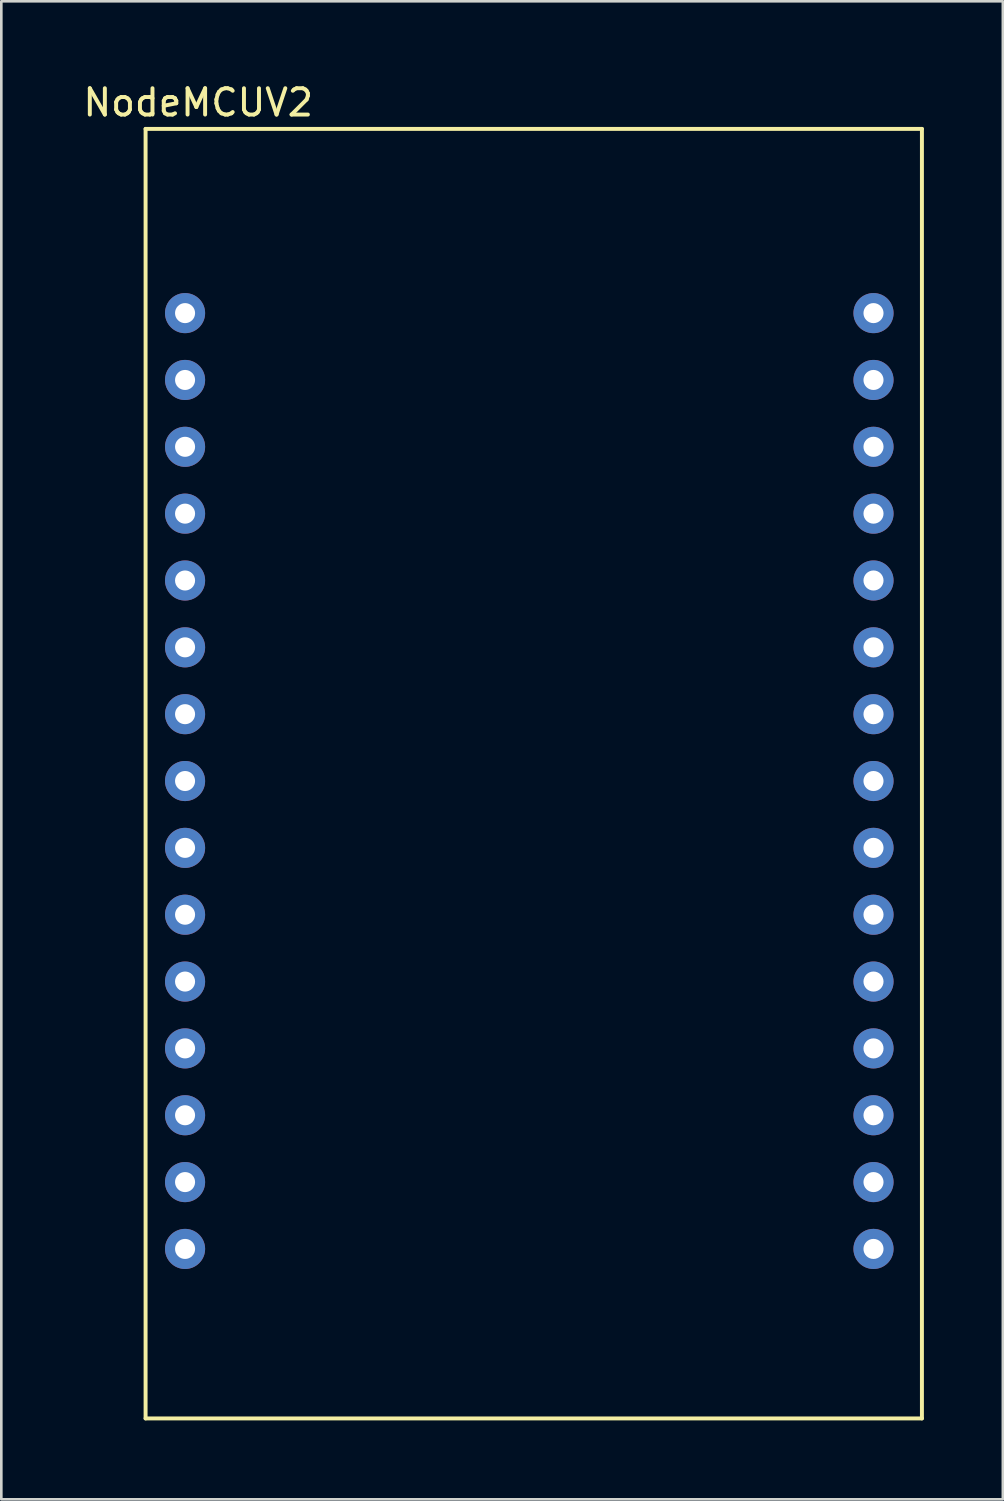
<source format=kicad_pcb>
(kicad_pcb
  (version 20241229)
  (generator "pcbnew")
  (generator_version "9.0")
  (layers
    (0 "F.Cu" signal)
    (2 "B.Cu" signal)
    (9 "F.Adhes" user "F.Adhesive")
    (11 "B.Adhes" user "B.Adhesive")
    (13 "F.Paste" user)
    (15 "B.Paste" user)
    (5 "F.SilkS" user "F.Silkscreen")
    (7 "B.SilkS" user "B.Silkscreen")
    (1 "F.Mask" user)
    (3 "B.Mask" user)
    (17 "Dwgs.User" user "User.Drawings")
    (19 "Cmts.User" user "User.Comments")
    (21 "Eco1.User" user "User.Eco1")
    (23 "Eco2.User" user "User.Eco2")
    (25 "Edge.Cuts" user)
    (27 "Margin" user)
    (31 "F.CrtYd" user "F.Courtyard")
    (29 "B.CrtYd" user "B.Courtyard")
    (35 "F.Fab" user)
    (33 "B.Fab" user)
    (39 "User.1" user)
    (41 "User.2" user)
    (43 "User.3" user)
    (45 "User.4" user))
  (footprint "NodeMCUV2"
    (layer "F.Cu")
    (at 3.982 8.848)
    (property "Reference" "NodeMCUV2" (at 0.5 -8 0) (layer "F.SilkS") (effects (font (size 1 1) (thickness 0.15))))
    (attr through_hole)
    (fp_line (start -1.5 -7) (end -1.5 42) (stroke (width 0.15) (type solid)) (layer "F.SilkS"))
    (fp_line (start -1.5 -7) (end 28 -7) (stroke (width 0.15) (type solid)) (layer "F.SilkS"))
    (fp_line (start -1.5 42) (end 28 42) (stroke (width 0.15) (type solid)) (layer "F.SilkS"))
    (fp_line (start 28 -7) (end 28 42) (stroke (width 0.15) (type solid)) (layer "F.SilkS"))
    (pad "1" thru_hole circle (at 0 0) (size 1.524 1.524) (drill 0.762) (layers "*.Cu" "*.Mask"))
    (pad "2" thru_hole circle (at 0 2.54) (size 1.524 1.524) (drill 0.762) (layers "*.Cu" "*.Mask"))
    (pad "3" thru_hole circle (at 0 5.08) (size 1.524 1.524) (drill 0.762) (layers "*.Cu" "*.Mask"))
    (pad "4" thru_hole circle (at 0 7.62) (size 1.524 1.524) (drill 0.762) (layers "*.Cu" "*.Mask"))
    (pad "5" thru_hole circle (at 0 10.16) (size 1.524 1.524) (drill 0.762) (layers "*.Cu" "*.Mask"))
    (pad "6" thru_hole circle (at 0 12.7) (size 1.524 1.524) (drill 0.762) (layers "*.Cu" "*.Mask"))
    (pad "7" thru_hole circle (at 0 15.24) (size 1.524 1.524) (drill 0.762) (layers "*.Cu" "*.Mask"))
    (pad "8" thru_hole circle (at 0 17.78) (size 1.524 1.524) (drill 0.762) (layers "*.Cu" "*.Mask"))
    (pad "9" thru_hole circle (at 0 20.32) (size 1.524 1.524) (drill 0.762) (layers "*.Cu" "*.Mask"))
    (pad "10" thru_hole circle (at 0 22.86) (size 1.524 1.524) (drill 0.762) (layers "*.Cu" "*.Mask"))
    (pad "11" thru_hole circle (at 0 25.4) (size 1.524 1.524) (drill 0.762) (layers "*.Cu" "*.Mask"))
    (pad "12" thru_hole circle (at 0 27.94) (size 1.524 1.524) (drill 0.762) (layers "*.Cu" "*.Mask"))
    (pad "13" thru_hole circle (at 0 30.48) (size 1.524 1.524) (drill 0.762) (layers "*.Cu" "*.Mask"))
    (pad "14" thru_hole circle (at 0 33.02) (size 1.524 1.524) (drill 0.762) (layers "*.Cu" "*.Mask"))
    (pad "15" thru_hole circle (at 0 35.56) (size 1.524 1.524) (drill 0.762) (layers "*.Cu" "*.Mask"))
    (pad "16" thru_hole circle (at 26.16 35.56) (size 1.524 1.524) (drill 0.762) (layers "*.Cu" "*.Mask"))
    (pad "17" thru_hole circle (at 26.16 33.02) (size 1.524 1.524) (drill 0.762) (layers "*.Cu" "*.Mask"))
    (pad "18" thru_hole circle (at 26.16 30.48) (size 1.524 1.524) (drill 0.762) (layers "*.Cu" "*.Mask"))
    (pad "19" thru_hole circle (at 26.16 27.94) (size 1.524 1.524) (drill 0.762) (layers "*.Cu" "*.Mask"))
    (pad "20" thru_hole circle (at 26.16 25.4) (size 1.524 1.524) (drill 0.762) (layers "*.Cu" "*.Mask"))
    (pad "21" thru_hole circle (at 26.16 22.86) (size 1.524 1.524) (drill 0.762) (layers "*.Cu" "*.Mask"))
    (pad "22" thru_hole circle (at 26.16 20.32) (size 1.524 1.524) (drill 0.762) (layers "*.Cu" "*.Mask"))
    (pad "23" thru_hole circle (at 26.16 17.78) (size 1.524 1.524) (drill 0.762) (layers "*.Cu" "*.Mask"))
    (pad "24" thru_hole circle (at 26.16 15.24) (size 1.524 1.524) (drill 0.762) (layers "*.Cu" "*.Mask"))
    (pad "25" thru_hole circle (at 26.16 12.7) (size 1.524 1.524) (drill 0.762) (layers "*.Cu" "*.Mask"))
    (pad "26" thru_hole circle (at 26.16 10.16) (size 1.524 1.524) (drill 0.762) (layers "*.Cu" "*.Mask"))
    (pad "27" thru_hole circle (at 26.16 7.62) (size 1.524 1.524) (drill 0.762) (layers "*.Cu" "*.Mask"))
    (pad "28" thru_hole circle (at 26.16 5.08) (size 1.524 1.524) (drill 0.762) (layers "*.Cu" "*.Mask"))
    (pad "29" thru_hole circle (at 26.16 2.54) (size 1.524 1.524) (drill 0.762) (layers "*.Cu" "*.Mask"))
    (pad "30" thru_hole circle (at 26.16 0) (size 1.524 1.524) (drill 0.762) (layers "*.Cu" "*.Mask")))
  (gr_rect
    (start -3 -3)
    (end 35.057 53.923)
    (stroke (width 0.1) (type default))
    (fill no)
    (layer "Edge.Cuts")))
</source>
